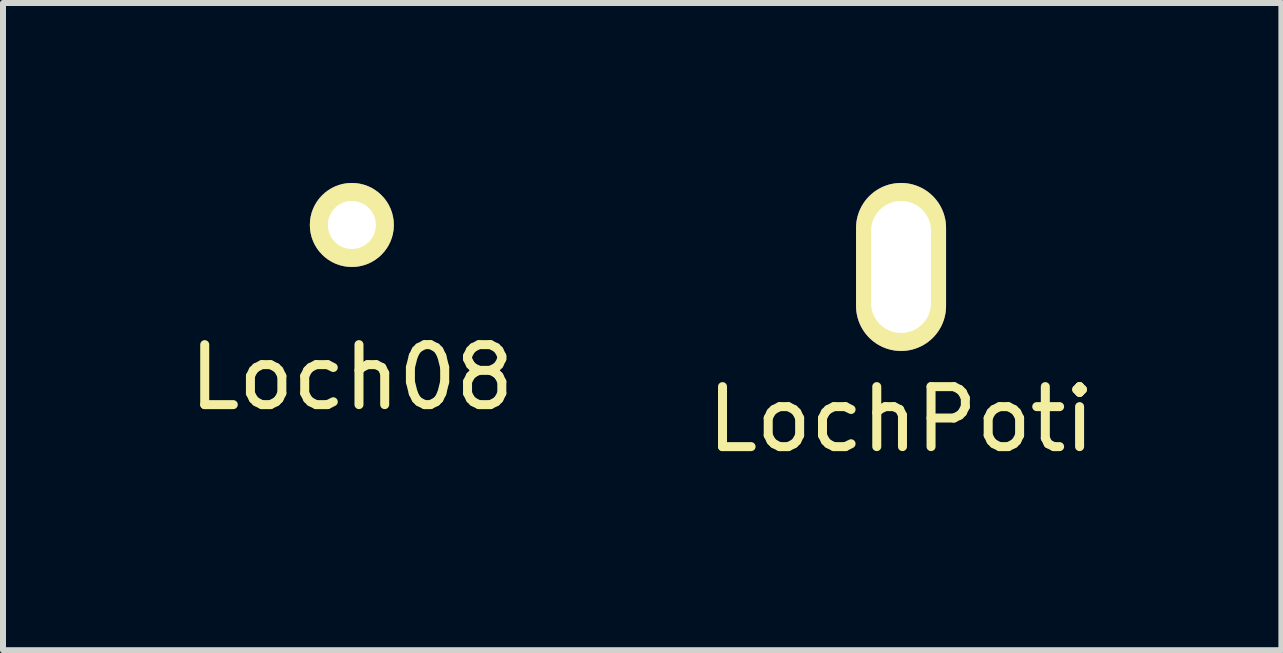
<source format=kicad_pcb>
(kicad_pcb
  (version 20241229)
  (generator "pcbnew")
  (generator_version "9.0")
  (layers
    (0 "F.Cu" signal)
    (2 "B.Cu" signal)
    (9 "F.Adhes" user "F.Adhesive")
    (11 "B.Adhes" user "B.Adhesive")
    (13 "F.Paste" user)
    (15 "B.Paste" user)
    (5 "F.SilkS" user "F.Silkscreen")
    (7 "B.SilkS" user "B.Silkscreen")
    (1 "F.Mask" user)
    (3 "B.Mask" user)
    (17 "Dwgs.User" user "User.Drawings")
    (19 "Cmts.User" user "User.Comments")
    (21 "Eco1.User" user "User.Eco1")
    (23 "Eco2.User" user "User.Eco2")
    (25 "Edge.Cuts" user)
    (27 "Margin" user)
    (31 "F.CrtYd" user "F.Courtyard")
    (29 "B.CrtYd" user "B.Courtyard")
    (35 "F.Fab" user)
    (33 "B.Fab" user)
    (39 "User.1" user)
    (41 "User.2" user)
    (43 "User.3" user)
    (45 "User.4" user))
  (footprint "LochPoti"
    (layer "F.Cu")
    (at 11.97 1.4)
    (property "Reference" "LochPoti" (at 0 2.54 0) (layer "F.SilkS") (effects (font (size 1 1) (thickness 0.15))))
    (attr through_hole)
    (pad "1" thru_hole oval (at 0 0) (size 1.5 2.8) (drill oval 1 2.2) (layers "*.Cu" "*.Mask" "F.SilkS")))
  (footprint "Loch08"
    (layer "F.Cu")
    (at 2.815 0.7)
    (property "Reference" "Loch08" (at 0 2.54 0) (layer "F.SilkS") (effects (font (size 1 1) (thickness 0.15))))
    (attr through_hole)
    (pad "1" thru_hole circle (at 0 0) (size 1.4 1.4) (drill 0.8) (layers "*.Cu" "*.Mask" "F.SilkS")))
  (gr_rect
    (start -3 -3)
    (end 18.31 7.788)
    (stroke (width 0.1) (type default))
    (fill no)
    (layer "Edge.Cuts")))
</source>
